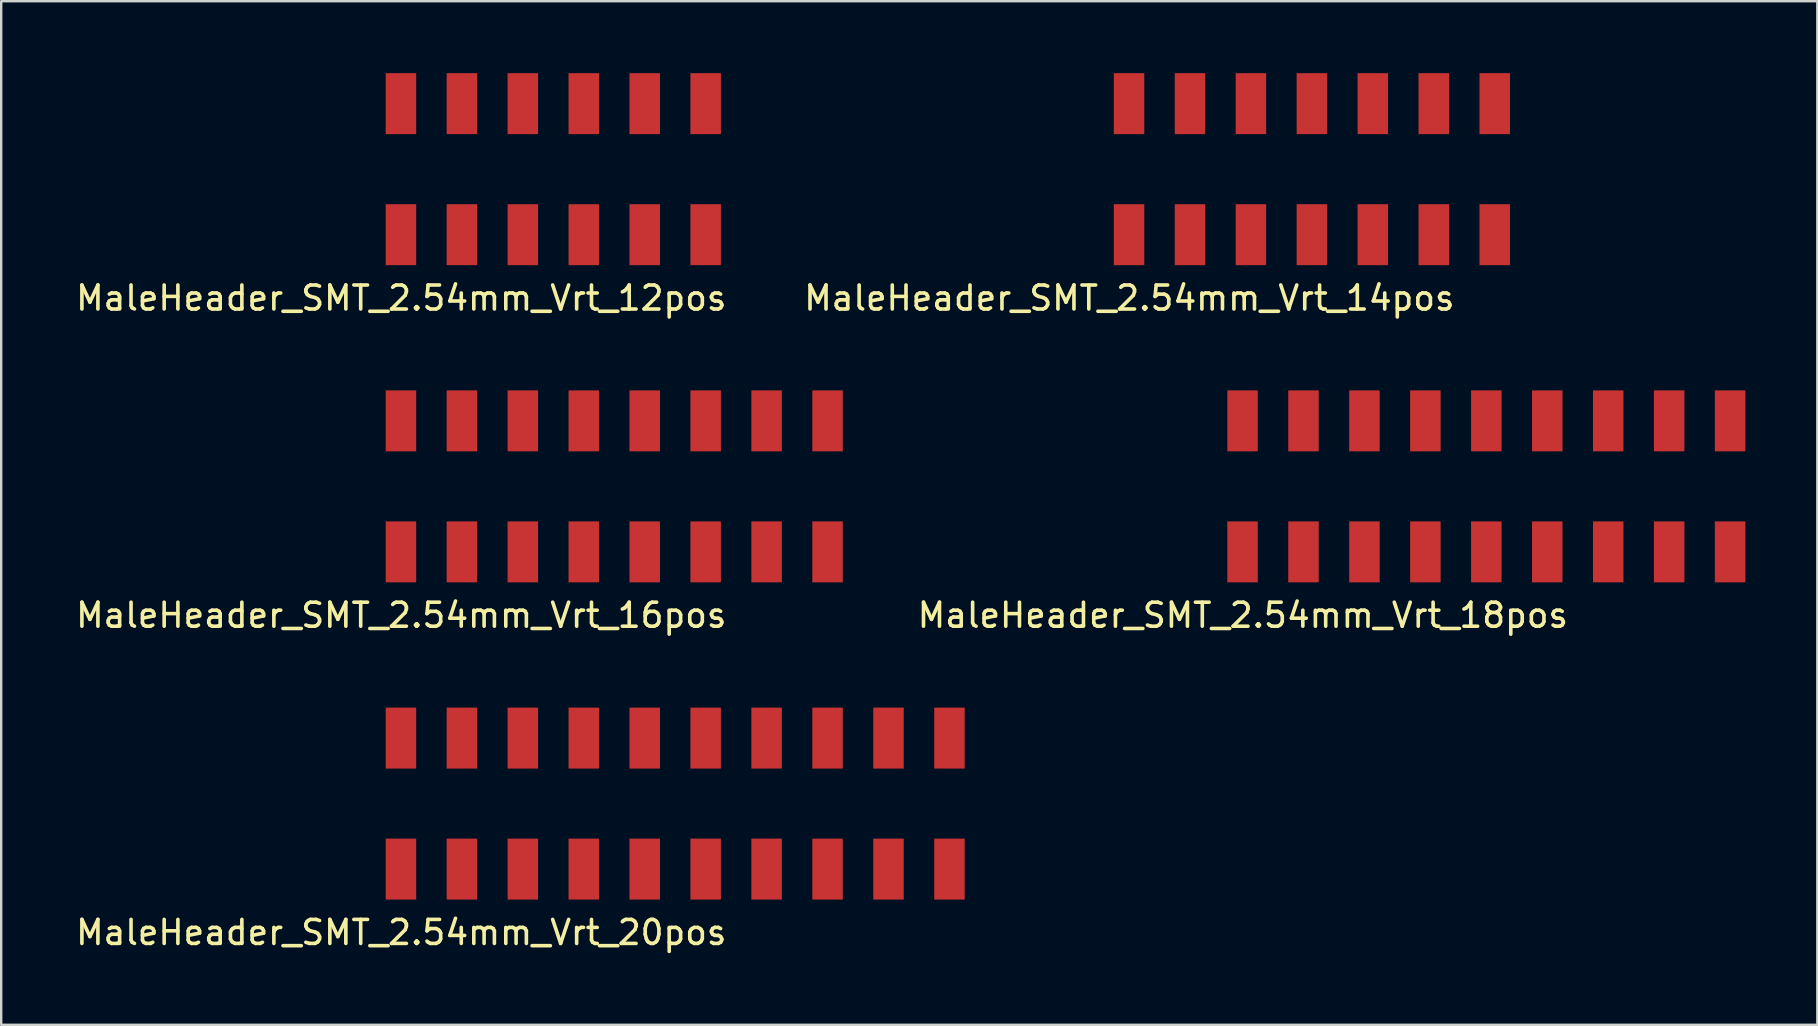
<source format=kicad_pcb>
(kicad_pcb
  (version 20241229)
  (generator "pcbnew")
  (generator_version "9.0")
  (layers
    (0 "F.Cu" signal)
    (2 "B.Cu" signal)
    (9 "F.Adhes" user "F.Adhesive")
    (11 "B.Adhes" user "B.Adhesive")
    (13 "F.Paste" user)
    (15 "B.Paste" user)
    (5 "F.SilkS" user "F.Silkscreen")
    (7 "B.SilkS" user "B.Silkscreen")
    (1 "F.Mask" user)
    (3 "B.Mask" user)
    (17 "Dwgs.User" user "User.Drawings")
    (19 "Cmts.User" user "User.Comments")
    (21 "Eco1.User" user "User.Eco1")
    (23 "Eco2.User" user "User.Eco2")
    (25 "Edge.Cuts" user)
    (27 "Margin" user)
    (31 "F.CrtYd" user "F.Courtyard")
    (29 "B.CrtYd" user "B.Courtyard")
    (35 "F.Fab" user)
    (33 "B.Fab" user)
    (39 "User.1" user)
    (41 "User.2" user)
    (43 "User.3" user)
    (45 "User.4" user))
  (footprint "MaleHeader_SMT_2.54mm_Vrt_16pos"
    (layer "F.Cu")
    (at 13.66 17.22)
    (property "Reference" "MaleHeader_SMT_2.54mm_Vrt_16pos" (at 0.013 5.372 0) (layer "F.SilkS") (effects (font (size 1 1) (thickness 0.15))))
    (attr through_hole)
    (pad "1" smd rect (at 0 -2.73) (size 1.27 2.54) (layers "F.Cu" "F.Mask" "F.Paste"))
    (pad "2" smd rect (at 0 2.73) (size 1.27 2.54) (layers "F.Cu" "F.Mask" "F.Paste"))
    (pad "3" smd rect (at 2.54 -2.73) (size 1.27 2.54) (layers "F.Cu" "F.Mask" "F.Paste"))
    (pad "4" smd rect (at 2.54 2.73) (size 1.27 2.54) (layers "F.Cu" "F.Mask" "F.Paste"))
    (pad "5" smd rect (at 5.08 -2.73) (size 1.27 2.54) (layers "F.Cu" "F.Mask" "F.Paste"))
    (pad "6" smd rect (at 5.08 2.73) (size 1.27 2.54) (layers "F.Cu" "F.Mask" "F.Paste"))
    (pad "7" smd rect (at 7.62 -2.73) (size 1.27 2.54) (layers "F.Cu" "F.Mask" "F.Paste"))
    (pad "8" smd rect (at 7.62 2.73) (size 1.27 2.54) (layers "F.Cu" "F.Mask" "F.Paste"))
    (pad "9" smd rect (at 10.16 -2.73) (size 1.27 2.54) (layers "F.Cu" "F.Mask" "F.Paste"))
    (pad "10" smd rect (at 10.16 2.73) (size 1.27 2.54) (layers "F.Cu" "F.Mask" "F.Paste"))
    (pad "11" smd rect (at 12.7 -2.73) (size 1.27 2.54) (layers "F.Cu" "F.Mask" "F.Paste"))
    (pad "12" smd rect (at 12.7 2.73) (size 1.27 2.54) (layers "F.Cu" "F.Mask" "F.Paste"))
    (pad "13" smd rect (at 15.24 -2.73) (size 1.27 2.54) (layers "F.Cu" "F.Mask" "F.Paste"))
    (pad "14" smd rect (at 15.24 2.73) (size 1.27 2.54) (layers "F.Cu" "F.Mask" "F.Paste"))
    (pad "15" smd rect (at 17.78 -2.73) (size 1.27 2.54) (layers "F.Cu" "F.Mask" "F.Paste"))
    (pad "16" smd rect (at 17.78 2.73) (size 1.27 2.54) (layers "F.Cu" "F.Mask" "F.Paste")))
  (footprint "MaleHeader_SMT_2.54mm_Vrt_18pos"
    (layer "F.Cu")
    (at 48.735 17.22)
    (property "Reference" "MaleHeader_SMT_2.54mm_Vrt_18pos" (at 0.013 5.372 0) (layer "F.SilkS") (effects (font (size 1 1) (thickness 0.15))))
    (attr through_hole)
    (pad "1" smd rect (at 0 -2.73) (size 1.27 2.54) (layers "F.Cu" "F.Mask" "F.Paste"))
    (pad "2" smd rect (at 0 2.73) (size 1.27 2.54) (layers "F.Cu" "F.Mask" "F.Paste"))
    (pad "3" smd rect (at 2.54 -2.73) (size 1.27 2.54) (layers "F.Cu" "F.Mask" "F.Paste"))
    (pad "4" smd rect (at 2.54 2.73) (size 1.27 2.54) (layers "F.Cu" "F.Mask" "F.Paste"))
    (pad "5" smd rect (at 5.08 -2.73) (size 1.27 2.54) (layers "F.Cu" "F.Mask" "F.Paste"))
    (pad "6" smd rect (at 5.08 2.73) (size 1.27 2.54) (layers "F.Cu" "F.Mask" "F.Paste"))
    (pad "7" smd rect (at 7.62 -2.73) (size 1.27 2.54) (layers "F.Cu" "F.Mask" "F.Paste"))
    (pad "8" smd rect (at 7.62 2.73) (size 1.27 2.54) (layers "F.Cu" "F.Mask" "F.Paste"))
    (pad "9" smd rect (at 10.16 -2.73) (size 1.27 2.54) (layers "F.Cu" "F.Mask" "F.Paste"))
    (pad "10" smd rect (at 10.16 2.73) (size 1.27 2.54) (layers "F.Cu" "F.Mask" "F.Paste"))
    (pad "11" smd rect (at 12.7 -2.73) (size 1.27 2.54) (layers "F.Cu" "F.Mask" "F.Paste"))
    (pad "12" smd rect (at 12.7 2.73) (size 1.27 2.54) (layers "F.Cu" "F.Mask" "F.Paste"))
    (pad "13" smd rect (at 15.24 -2.73) (size 1.27 2.54) (layers "F.Cu" "F.Mask" "F.Paste"))
    (pad "14" smd rect (at 15.24 2.73) (size 1.27 2.54) (layers "F.Cu" "F.Mask" "F.Paste"))
    (pad "15" smd rect (at 17.78 -2.73) (size 1.27 2.54) (layers "F.Cu" "F.Mask" "F.Paste"))
    (pad "16" smd rect (at 17.78 2.73) (size 1.27 2.54) (layers "F.Cu" "F.Mask" "F.Paste"))
    (pad "17" smd rect (at 20.32 -2.73) (size 1.27 2.54) (layers "F.Cu" "F.Mask" "F.Paste"))
    (pad "18" smd rect (at 20.32 2.73) (size 1.27 2.54) (layers "F.Cu" "F.Mask" "F.Paste")))
  (footprint "MaleHeader_SMT_2.54mm_Vrt_12pos"
    (layer "F.Cu")
    (at 13.66 4)
    (property "Reference" "MaleHeader_SMT_2.54mm_Vrt_12pos" (at 0.013 5.372 0) (layer "F.SilkS") (effects (font (size 1 1) (thickness 0.15))))
    (attr through_hole)
    (pad "1" smd rect (at 0 -2.73) (size 1.27 2.54) (layers "F.Cu" "F.Mask" "F.Paste"))
    (pad "2" smd rect (at 0 2.73) (size 1.27 2.54) (layers "F.Cu" "F.Mask" "F.Paste"))
    (pad "3" smd rect (at 2.54 -2.73) (size 1.27 2.54) (layers "F.Cu" "F.Mask" "F.Paste"))
    (pad "4" smd rect (at 2.54 2.73) (size 1.27 2.54) (layers "F.Cu" "F.Mask" "F.Paste"))
    (pad "5" smd rect (at 5.08 -2.73) (size 1.27 2.54) (layers "F.Cu" "F.Mask" "F.Paste"))
    (pad "6" smd rect (at 5.08 2.73) (size 1.27 2.54) (layers "F.Cu" "F.Mask" "F.Paste"))
    (pad "7" smd rect (at 7.62 -2.73) (size 1.27 2.54) (layers "F.Cu" "F.Mask" "F.Paste"))
    (pad "8" smd rect (at 7.62 2.73) (size 1.27 2.54) (layers "F.Cu" "F.Mask" "F.Paste"))
    (pad "9" smd rect (at 10.16 -2.73) (size 1.27 2.54) (layers "F.Cu" "F.Mask" "F.Paste"))
    (pad "10" smd rect (at 10.16 2.73) (size 1.27 2.54) (layers "F.Cu" "F.Mask" "F.Paste"))
    (pad "11" smd rect (at 12.7 -2.73) (size 1.27 2.54) (layers "F.Cu" "F.Mask" "F.Paste"))
    (pad "12" smd rect (at 12.7 2.73) (size 1.27 2.54) (layers "F.Cu" "F.Mask" "F.Paste")))
  (footprint "MaleHeader_SMT_2.54mm_Vrt_14pos"
    (layer "F.Cu")
    (at 44.005 4)
    (property "Reference" "MaleHeader_SMT_2.54mm_Vrt_14pos" (at 0.013 5.372 0) (layer "F.SilkS") (effects (font (size 1 1) (thickness 0.15))))
    (attr through_hole)
    (pad "1" smd rect (at 0 -2.73) (size 1.27 2.54) (layers "F.Cu" "F.Mask" "F.Paste"))
    (pad "2" smd rect (at 0 2.73) (size 1.27 2.54) (layers "F.Cu" "F.Mask" "F.Paste"))
    (pad "3" smd rect (at 2.54 -2.73) (size 1.27 2.54) (layers "F.Cu" "F.Mask" "F.Paste"))
    (pad "4" smd rect (at 2.54 2.73) (size 1.27 2.54) (layers "F.Cu" "F.Mask" "F.Paste"))
    (pad "5" smd rect (at 5.08 -2.73) (size 1.27 2.54) (layers "F.Cu" "F.Mask" "F.Paste"))
    (pad "6" smd rect (at 5.08 2.73) (size 1.27 2.54) (layers "F.Cu" "F.Mask" "F.Paste"))
    (pad "7" smd rect (at 7.62 -2.73) (size 1.27 2.54) (layers "F.Cu" "F.Mask" "F.Paste"))
    (pad "8" smd rect (at 7.62 2.73) (size 1.27 2.54) (layers "F.Cu" "F.Mask" "F.Paste"))
    (pad "9" smd rect (at 10.16 -2.73) (size 1.27 2.54) (layers "F.Cu" "F.Mask" "F.Paste"))
    (pad "10" smd rect (at 10.16 2.73) (size 1.27 2.54) (layers "F.Cu" "F.Mask" "F.Paste"))
    (pad "11" smd rect (at 12.7 -2.73) (size 1.27 2.54) (layers "F.Cu" "F.Mask" "F.Paste"))
    (pad "12" smd rect (at 12.7 2.73) (size 1.27 2.54) (layers "F.Cu" "F.Mask" "F.Paste"))
    (pad "13" smd rect (at 15.24 -2.73) (size 1.27 2.54) (layers "F.Cu" "F.Mask" "F.Paste"))
    (pad "14" smd rect (at 15.24 2.73) (size 1.27 2.54) (layers "F.Cu" "F.Mask" "F.Paste")))
  (footprint "MaleHeader_SMT_2.54mm_Vrt_20pos"
    (layer "F.Cu")
    (at 13.66 30.441)
    (property "Reference" "MaleHeader_SMT_2.54mm_Vrt_20pos" (at 0.013 5.372 0) (layer "F.SilkS") (effects (font (size 1 1) (thickness 0.15))))
    (attr through_hole)
    (pad "1" smd rect (at 0 -2.73) (size 1.27 2.54) (layers "F.Cu" "F.Mask" "F.Paste"))
    (pad "2" smd rect (at 0 2.73) (size 1.27 2.54) (layers "F.Cu" "F.Mask" "F.Paste"))
    (pad "3" smd rect (at 2.54 -2.73) (size 1.27 2.54) (layers "F.Cu" "F.Mask" "F.Paste"))
    (pad "4" smd rect (at 2.54 2.73) (size 1.27 2.54) (layers "F.Cu" "F.Mask" "F.Paste"))
    (pad "5" smd rect (at 5.08 -2.73) (size 1.27 2.54) (layers "F.Cu" "F.Mask" "F.Paste"))
    (pad "6" smd rect (at 5.08 2.73) (size 1.27 2.54) (layers "F.Cu" "F.Mask" "F.Paste"))
    (pad "7" smd rect (at 7.62 -2.73) (size 1.27 2.54) (layers "F.Cu" "F.Mask" "F.Paste"))
    (pad "8" smd rect (at 7.62 2.73) (size 1.27 2.54) (layers "F.Cu" "F.Mask" "F.Paste"))
    (pad "9" smd rect (at 10.16 -2.73) (size 1.27 2.54) (layers "F.Cu" "F.Mask" "F.Paste"))
    (pad "10" smd rect (at 10.16 2.73) (size 1.27 2.54) (layers "F.Cu" "F.Mask" "F.Paste"))
    (pad "11" smd rect (at 12.7 -2.73) (size 1.27 2.54) (layers "F.Cu" "F.Mask" "F.Paste"))
    (pad "12" smd rect (at 12.7 2.73) (size 1.27 2.54) (layers "F.Cu" "F.Mask" "F.Paste"))
    (pad "13" smd rect (at 15.24 -2.73) (size 1.27 2.54) (layers "F.Cu" "F.Mask" "F.Paste"))
    (pad "14" smd rect (at 15.24 2.73) (size 1.27 2.54) (layers "F.Cu" "F.Mask" "F.Paste"))
    (pad "15" smd rect (at 17.78 -2.73) (size 1.27 2.54) (layers "F.Cu" "F.Mask" "F.Paste"))
    (pad "16" smd rect (at 17.78 2.73) (size 1.27 2.54) (layers "F.Cu" "F.Mask" "F.Paste"))
    (pad "17" smd rect (at 20.32 -2.73) (size 1.27 2.54) (layers "F.Cu" "F.Mask" "F.Paste"))
    (pad "18" smd rect (at 20.32 2.73) (size 1.27 2.54) (layers "F.Cu" "F.Mask" "F.Paste"))
    (pad "19" smd rect (at 22.86 -2.73) (size 1.27 2.54) (layers "F.Cu" "F.Mask" "F.Paste"))
    (pad "20" smd rect (at 22.86 2.73) (size 1.27 2.54) (layers "F.Cu" "F.Mask" "F.Paste")))
  (gr_rect
    (start -3 -3)
    (end 72.69 39.661)
    (stroke (width 0.1) (type default))
    (fill no)
    (layer "Edge.Cuts")))
</source>
